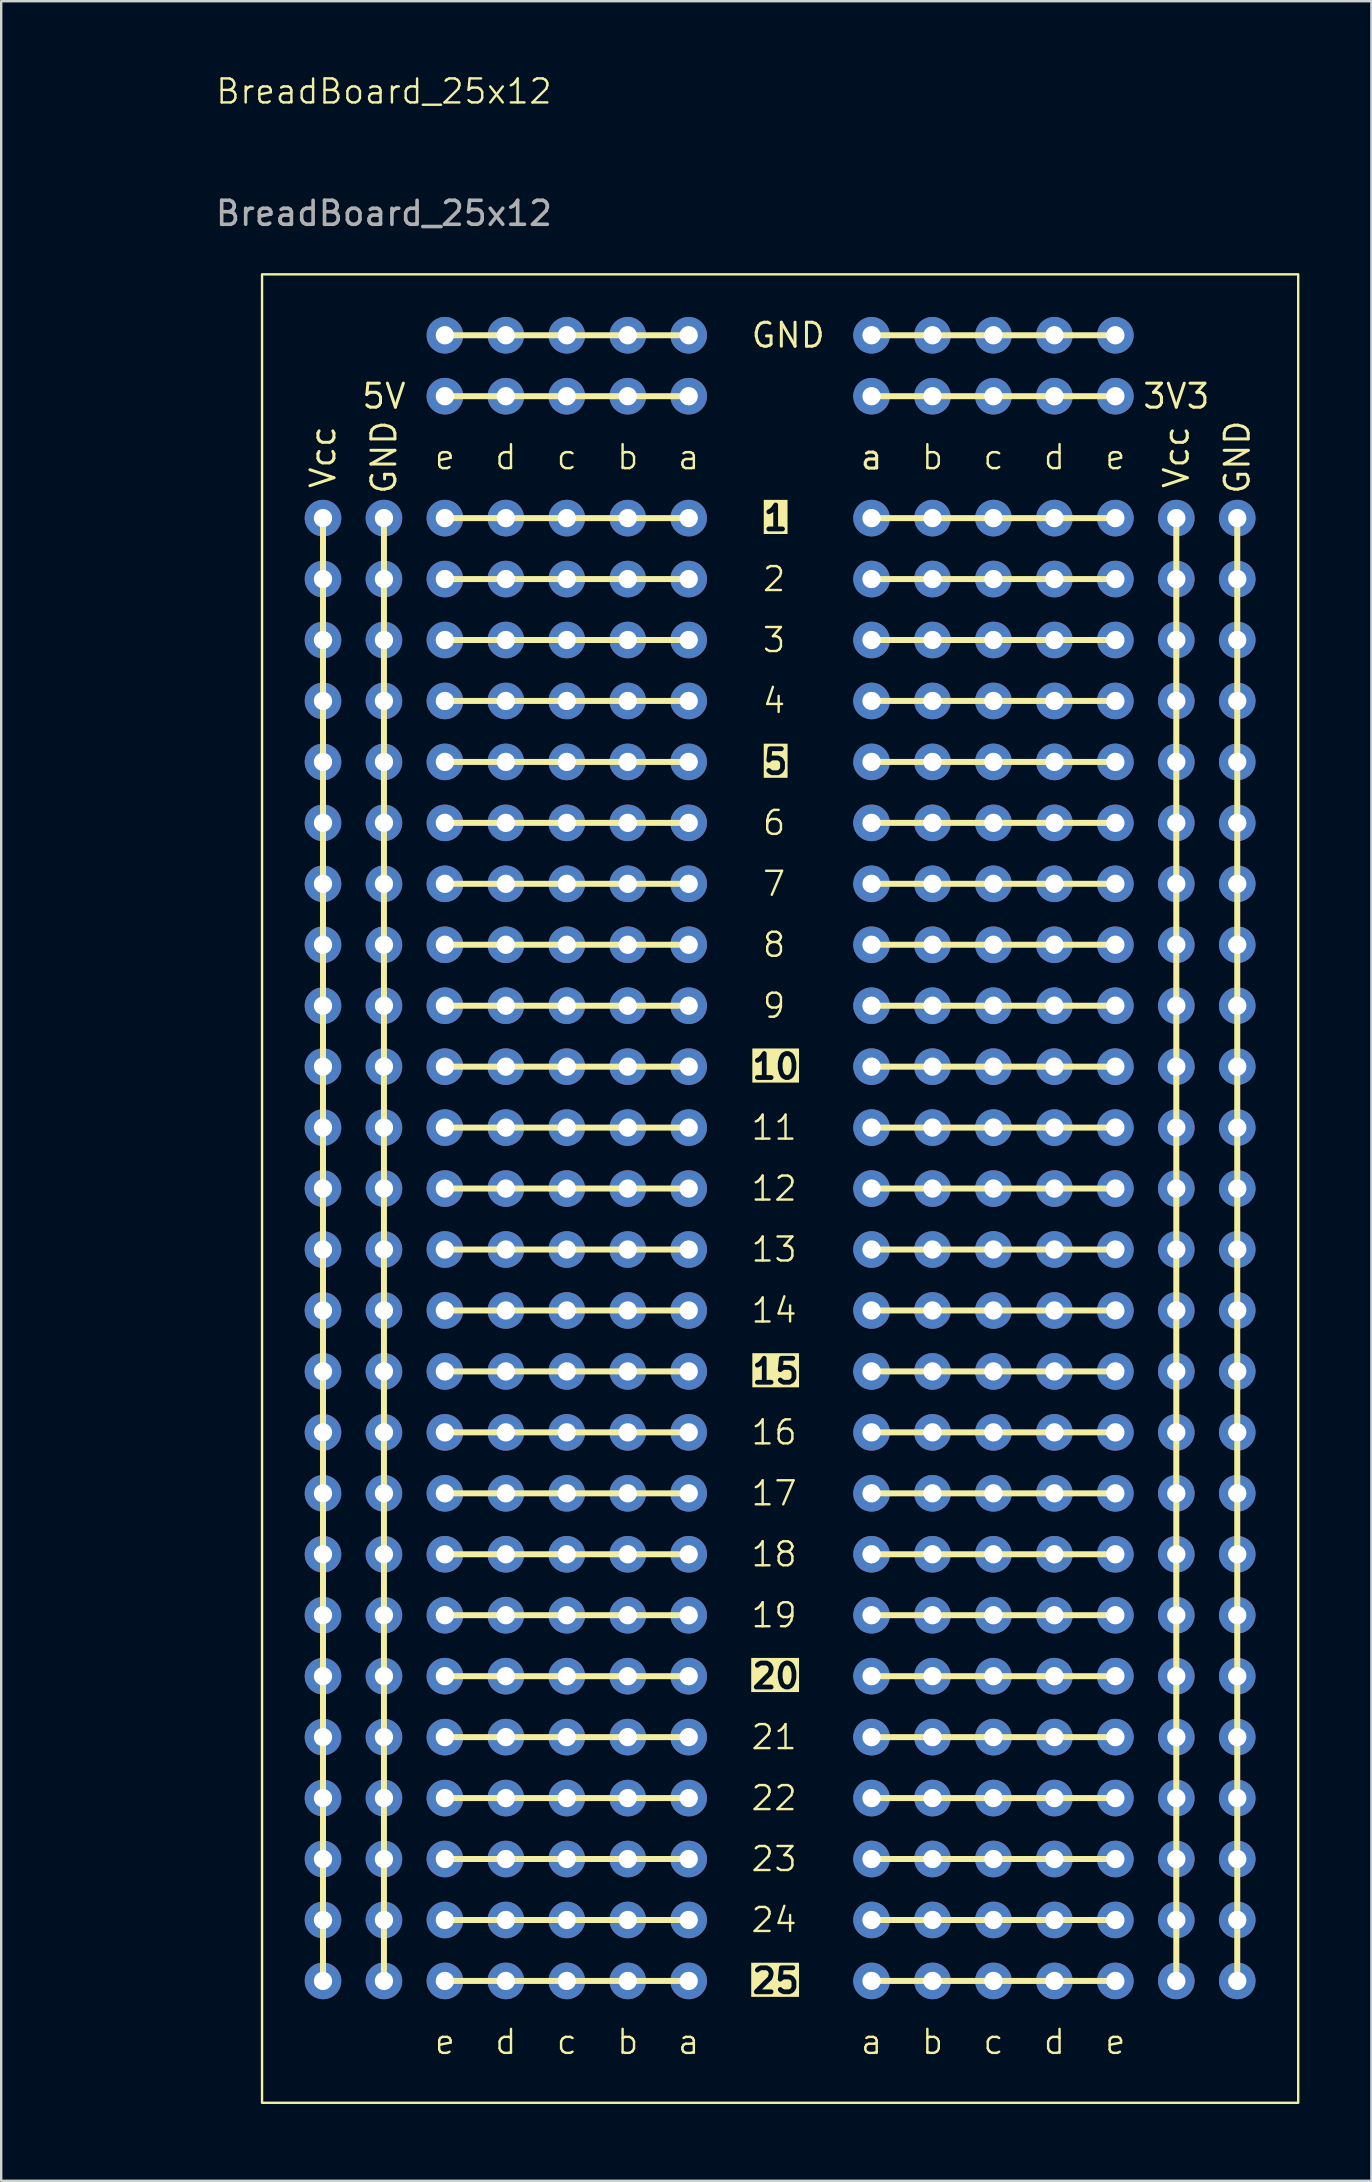
<source format=kicad_pcb>
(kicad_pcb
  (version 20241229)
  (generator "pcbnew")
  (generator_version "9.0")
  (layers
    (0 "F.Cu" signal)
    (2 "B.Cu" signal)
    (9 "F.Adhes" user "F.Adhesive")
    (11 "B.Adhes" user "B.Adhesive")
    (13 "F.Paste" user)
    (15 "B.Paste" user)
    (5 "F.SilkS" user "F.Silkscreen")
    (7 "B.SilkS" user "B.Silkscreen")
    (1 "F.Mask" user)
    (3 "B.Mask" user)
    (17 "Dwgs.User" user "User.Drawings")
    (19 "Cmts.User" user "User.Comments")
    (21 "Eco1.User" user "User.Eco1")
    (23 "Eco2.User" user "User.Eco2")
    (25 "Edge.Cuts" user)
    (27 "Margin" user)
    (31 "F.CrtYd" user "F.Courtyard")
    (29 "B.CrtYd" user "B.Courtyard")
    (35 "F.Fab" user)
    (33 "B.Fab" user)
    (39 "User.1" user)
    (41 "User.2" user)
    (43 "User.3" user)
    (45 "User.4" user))
  (footprint "BreadBoard_25x12"
    (layer "F.Cu")
    (at 0.25 84.581)
    (property "Reference" "BreadBoard_25x12" (at 12.7 -83.82 0) (unlocked yes) (layer "F.SilkS") (effects (font (size 1 1) (thickness 0.1))))
    (attr through_hole)
    (fp_line (start 10.16 -66.04) (end 10.16 -5.08) (stroke (width 0.25) (type default)) (layer "F.SilkS"))
    (fp_line (start 12.7 -66.04) (end 12.7 -5.08) (stroke (width 0.25) (type default)) (layer "F.SilkS"))
    (fp_line (start 15.24 -73.66) (end 25.4 -73.66) (stroke (width 0.25) (type default)) (layer "F.SilkS"))
    (fp_line (start 15.24 -71.12) (end 25.4 -71.12) (stroke (width 0.25) (type default)) (layer "F.SilkS"))
    (fp_line (start 15.24 -66.04) (end 25.4 -66.04) (stroke (width 0.25) (type default)) (layer "F.SilkS"))
    (fp_line (start 15.24 -63.5) (end 25.4 -63.5) (stroke (width 0.25) (type default)) (layer "F.SilkS"))
    (fp_line (start 15.24 -60.96) (end 25.4 -60.96) (stroke (width 0.25) (type default)) (layer "F.SilkS"))
    (fp_line (start 15.24 -58.42) (end 25.4 -58.42) (stroke (width 0.25) (type default)) (layer "F.SilkS"))
    (fp_line (start 15.24 -55.88) (end 25.4 -55.88) (stroke (width 0.25) (type default)) (layer "F.SilkS"))
    (fp_line (start 15.24 -53.34) (end 25.4 -53.34) (stroke (width 0.25) (type default)) (layer "F.SilkS"))
    (fp_line (start 15.24 -50.8) (end 25.4 -50.8) (stroke (width 0.25) (type default)) (layer "F.SilkS"))
    (fp_line (start 15.24 -48.26) (end 25.4 -48.26) (stroke (width 0.25) (type default)) (layer "F.SilkS"))
    (fp_line (start 15.24 -45.72) (end 25.4 -45.72) (stroke (width 0.25) (type default)) (layer "F.SilkS"))
    (fp_line (start 15.24 -43.18) (end 25.4 -43.18) (stroke (width 0.25) (type default)) (layer "F.SilkS"))
    (fp_line (start 15.24 -40.64) (end 25.4 -40.64) (stroke (width 0.25) (type default)) (layer "F.SilkS"))
    (fp_line (start 15.24 -38.1) (end 25.4 -38.1) (stroke (width 0.25) (type default)) (layer "F.SilkS"))
    (fp_line (start 15.24 -35.56) (end 25.4 -35.56) (stroke (width 0.25) (type default)) (layer "F.SilkS"))
    (fp_line (start 15.24 -33.02) (end 25.4 -33.02) (stroke (width 0.25) (type default)) (layer "F.SilkS"))
    (fp_line (start 15.24 -30.48) (end 25.4 -30.48) (stroke (width 0.25) (type default)) (layer "F.SilkS"))
    (fp_line (start 15.24 -27.94) (end 25.4 -27.94) (stroke (width 0.25) (type default)) (layer "F.SilkS"))
    (fp_line (start 15.24 -25.4) (end 25.4 -25.4) (stroke (width 0.25) (type default)) (layer "F.SilkS"))
    (fp_line (start 15.24 -22.86) (end 25.4 -22.86) (stroke (width 0.25) (type default)) (layer "F.SilkS"))
    (fp_line (start 15.24 -20.32) (end 25.4 -20.32) (stroke (width 0.25) (type default)) (layer "F.SilkS"))
    (fp_line (start 15.24 -17.78) (end 25.4 -17.78) (stroke (width 0.25) (type default)) (layer "F.SilkS"))
    (fp_line (start 15.24 -15.24) (end 25.4 -15.24) (stroke (width 0.25) (type default)) (layer "F.SilkS"))
    (fp_line (start 15.24 -12.7) (end 25.4 -12.7) (stroke (width 0.25) (type default)) (layer "F.SilkS"))
    (fp_line (start 15.24 -10.16) (end 25.4 -10.16) (stroke (width 0.25) (type default)) (layer "F.SilkS"))
    (fp_line (start 15.24 -7.62) (end 25.4 -7.62) (stroke (width 0.25) (type default)) (layer "F.SilkS"))
    (fp_line (start 15.24 -5.08) (end 25.4 -5.08) (stroke (width 0.25) (type default)) (layer "F.SilkS"))
    (fp_line (start 33.02 -73.66) (end 43.18 -73.66) (stroke (width 0.25) (type default)) (layer "F.SilkS"))
    (fp_line (start 33.02 -71.12) (end 43.18 -71.12) (stroke (width 0.25) (type default)) (layer "F.SilkS"))
    (fp_line (start 33.02 -66.04) (end 43.18 -66.04) (stroke (width 0.25) (type default)) (layer "F.SilkS"))
    (fp_line (start 33.02 -63.5) (end 43.18 -63.5) (stroke (width 0.25) (type default)) (layer "F.SilkS"))
    (fp_line (start 33.02 -60.96) (end 43.18 -60.96) (stroke (width 0.25) (type default)) (layer "F.SilkS"))
    (fp_line (start 33.02 -58.42) (end 43.18 -58.42) (stroke (width 0.25) (type default)) (layer "F.SilkS"))
    (fp_line (start 33.02 -55.88) (end 43.18 -55.88) (stroke (width 0.25) (type default)) (layer "F.SilkS"))
    (fp_line (start 33.02 -53.34) (end 43.18 -53.34) (stroke (width 0.25) (type default)) (layer "F.SilkS"))
    (fp_line (start 33.02 -50.8) (end 43.18 -50.8) (stroke (width 0.25) (type default)) (layer "F.SilkS"))
    (fp_line (start 33.02 -48.26) (end 43.18 -48.26) (stroke (width 0.25) (type default)) (layer "F.SilkS"))
    (fp_line (start 33.02 -45.72) (end 43.18 -45.72) (stroke (width 0.25) (type default)) (layer "F.SilkS"))
    (fp_line (start 33.02 -43.18) (end 43.18 -43.18) (stroke (width 0.25) (type default)) (layer "F.SilkS"))
    (fp_line (start 33.02 -40.64) (end 43.18 -40.64) (stroke (width 0.25) (type default)) (layer "F.SilkS"))
    (fp_line (start 33.02 -38.1) (end 43.18 -38.1) (stroke (width 0.25) (type default)) (layer "F.SilkS"))
    (fp_line (start 33.02 -35.56) (end 43.18 -35.56) (stroke (width 0.25) (type default)) (layer "F.SilkS"))
    (fp_line (start 33.02 -33.02) (end 43.18 -33.02) (stroke (width 0.25) (type default)) (layer "F.SilkS"))
    (fp_line (start 33.02 -30.48) (end 43.18 -30.48) (stroke (width 0.25) (type default)) (layer "F.SilkS"))
    (fp_line (start 33.02 -27.94) (end 43.18 -27.94) (stroke (width 0.25) (type default)) (layer "F.SilkS"))
    (fp_line (start 33.02 -25.4) (end 43.18 -25.4) (stroke (width 0.25) (type default)) (layer "F.SilkS"))
    (fp_line (start 33.02 -22.86) (end 43.18 -22.86) (stroke (width 0.25) (type default)) (layer "F.SilkS"))
    (fp_line (start 33.02 -20.32) (end 43.18 -20.32) (stroke (width 0.25) (type default)) (layer "F.SilkS"))
    (fp_line (start 33.02 -17.78) (end 43.18 -17.78) (stroke (width 0.25) (type default)) (layer "F.SilkS"))
    (fp_line (start 33.02 -15.24) (end 43.18 -15.24) (stroke (width 0.25) (type default)) (layer "F.SilkS"))
    (fp_line (start 33.02 -12.7) (end 43.18 -12.7) (stroke (width 0.25) (type default)) (layer "F.SilkS"))
    (fp_line (start 33.02 -10.16) (end 43.18 -10.16) (stroke (width 0.25) (type default)) (layer "F.SilkS"))
    (fp_line (start 33.02 -7.62) (end 43.18 -7.62) (stroke (width 0.25) (type default)) (layer "F.SilkS"))
    (fp_line (start 33.02 -5.08) (end 43.18 -5.08) (stroke (width 0.25) (type default)) (layer "F.SilkS"))
    (fp_line (start 45.72 -66.04) (end 45.72 -5.08) (stroke (width 0.25) (type default)) (layer "F.SilkS"))
    (fp_line (start 48.26 -66.04) (end 48.26 -5.08) (stroke (width 0.25) (type default)) (layer "F.SilkS"))
    (fp_rect (start 7.62 -76.2) (end 50.8 0) (stroke (width 0.1) (type default)) (fill no) (layer "F.SilkS"))
    (fp_text user "c" (at 20.32 -2.54 0) (unlocked yes) (layer "F.SilkS") (effects (font (size 1 1) (thickness 0.1))))
    (fp_text user "Vcc" (at 45.72 -68.58 90) (unlocked yes) (layer "F.SilkS") (effects (font (size 1 1) (thickness 0.125))))
    (fp_text user "22" (at 27.94 -12.7 0) (unlocked yes) (layer "F.SilkS") (effects (font (size 1 1) (thickness 0.1)) (justify left)))
    (fp_text user "e" (at 43.18 -2.54 0) (unlocked yes) (layer "F.SilkS") (effects (font (size 1 1) (thickness 0.1))))
    (fp_text user "15" (at 27.94 -30.48 0) (unlocked yes) (layer "F.SilkS" knockout) (effects (font (size 1 1) (thickness 0.2) (bold yes)) (justify left)))
    (fp_text user "5" (at 28.416 -55.88 0) (unlocked yes) (layer "F.SilkS" knockout) (effects (font (size 1 1) (thickness 0.2) (bold yes)) (justify left)))
    (fp_text user "18" (at 27.94 -22.86 0) (unlocked yes) (layer "F.SilkS") (effects (font (size 1 1) (thickness 0.1)) (justify left)))
    (fp_text user "e" (at 15.24 -2.54 0) (unlocked yes) (layer "F.SilkS") (effects (font (size 1 1) (thickness 0.1))))
    (fp_text user "10" (at 27.94 -43.18 0) (unlocked yes) (layer "F.SilkS" knockout) (effects (font (size 1 1) (thickness 0.2) (bold yes)) (justify left)))
    (fp_text user "19" (at 27.94 -20.32 0) (unlocked yes) (layer "F.SilkS") (effects (font (size 1 1) (thickness 0.1)) (justify left)))
    (fp_text user "25" (at 27.94 -5.08 0) (unlocked yes) (layer "F.SilkS" knockout) (effects (font (size 1 1) (thickness 0.2) (bold yes)) (justify left)))
    (fp_text user "8" (at 28.416 -48.26 0) (unlocked yes) (layer "F.SilkS") (effects (font (size 1 1) (thickness 0.1)) (justify left)))
    (fp_text user "d" (at 17.78 -68.58 0) (unlocked yes) (layer "F.SilkS") (effects (font (size 1 1) (thickness 0.1))))
    (fp_text user "4" (at 28.416 -58.42 0) (unlocked yes) (layer "F.SilkS") (effects (font (size 1 1) (thickness 0.1)) (justify left)))
    (fp_text user "c" (at 38.1 -2.54 0) (unlocked yes) (layer "F.SilkS") (effects (font (size 1 1) (thickness 0.1))))
    (fp_text user "Vcc" (at 10.16 -68.58 90) (unlocked yes) (layer "F.SilkS") (effects (font (size 1 1) (thickness 0.125))))
    (fp_text user "a" (at 25.4 -2.54 0) (unlocked yes) (layer "F.SilkS") (effects (font (size 1 1) (thickness 0.1))))
    (fp_text user "GND" (at 12.7 -68.58 90) (unlocked yes) (layer "F.SilkS") (effects (font (size 1 1) (thickness 0.125))))
    (fp_text user "a" (at 33.02 -2.54 0) (unlocked yes) (layer "F.SilkS") (effects (font (size 1 1) (thickness 0.1))))
    (fp_text user "GND" (at 27.94 -73.66 0) (unlocked yes) (layer "F.SilkS") (effects (font (size 1 1) (thickness 0.125)) (justify left)))
    (fp_text user "16" (at 27.94 -27.94 0) (unlocked yes) (layer "F.SilkS") (effects (font (size 1 1) (thickness 0.1)) (justify left)))
    (fp_text user "23" (at 27.94 -10.16 0) (unlocked yes) (layer "F.SilkS") (effects (font (size 1 1) (thickness 0.1)) (justify left)))
    (fp_text user "a" (at 25.4 -68.58 0) (unlocked yes) (layer "F.SilkS") (effects (font (size 1 1) (thickness 0.1))))
    (fp_text user "17" (at 27.94 -25.4 0) (unlocked yes) (layer "F.SilkS") (effects (font (size 1 1) (thickness 0.1)) (justify left)))
    (fp_text user "2" (at 28.416 -63.5 0) (unlocked yes) (layer "F.SilkS") (effects (font (size 1 1) (thickness 0.1)) (justify left)))
    (fp_text user "GND" (at 48.26 -68.58 90) (unlocked yes) (layer "F.SilkS") (effects (font (size 1 1) (thickness 0.125))))
    (fp_text user "6" (at 28.416 -53.34 0) (unlocked yes) (layer "F.SilkS") (effects (font (size 1 1) (thickness 0.1)) (justify left)))
    (fp_text user "a" (at 33.02 -68.58 0) (unlocked yes) (layer "F.SilkS") (effects (font (size 1 1) (thickness 0.125))))
    (fp_text user "21" (at 27.94 -15.24 0) (unlocked yes) (layer "F.SilkS") (effects (font (size 1 1) (thickness 0.1)) (justify left)))
    (fp_text user "e" (at 43.18 -68.58 0) (unlocked yes) (layer "F.SilkS") (effects (font (size 1 1) (thickness 0.1))))
    (fp_text user "c" (at 38.1 -68.58 0) (unlocked yes) (layer "F.SilkS") (effects (font (size 1 1) (thickness 0.1))))
    (fp_text user "9" (at 28.416 -45.72 0) (unlocked yes) (layer "F.SilkS") (effects (font (size 1 1) (thickness 0.1)) (justify left)))
    (fp_text user "1" (at 28.416 -66.04 0) (unlocked yes) (layer "F.SilkS" knockout) (effects (font (size 1 1) (thickness 0.2) (bold yes)) (justify left)))
    (fp_text user "e" (at 15.24 -68.58 0) (unlocked yes) (layer "F.SilkS") (effects (font (size 1 1) (thickness 0.1))))
    (fp_text user "14" (at 27.94 -33.02 0) (unlocked yes) (layer "F.SilkS") (effects (font (size 1 1) (thickness 0.1)) (justify left)))
    (fp_text user "7" (at 28.416 -50.8 0) (unlocked yes) (layer "F.SilkS") (effects (font (size 1 1) (thickness 0.1)) (justify left)))
    (fp_text user "3V3" (at 45.72 -71.12 0) (unlocked yes) (layer "F.SilkS") (effects (font (size 1 1) (thickness 0.125))))
    (fp_text user "d" (at 40.64 -68.58 0) (unlocked yes) (layer "F.SilkS") (effects (font (size 1 1) (thickness 0.1))))
    (fp_text user "20" (at 27.94 -17.78 0) (unlocked yes) (layer "F.SilkS" knockout) (effects (font (size 1 1) (thickness 0.2) (bold yes)) (justify left)))
    (fp_text user "24" (at 27.94 -7.62 0) (unlocked yes) (layer "F.SilkS") (effects (font (size 1 1) (thickness 0.1)) (justify left)))
    (fp_text user "b" (at 22.86 -2.54 0) (unlocked yes) (layer "F.SilkS") (effects (font (size 1 1) (thickness 0.1))))
    (fp_text user "13" (at 27.94 -35.56 0) (unlocked yes) (layer "F.SilkS") (effects (font (size 1 1) (thickness 0.1)) (justify left)))
    (fp_text user "11" (at 27.94 -40.64 0) (unlocked yes) (layer "F.SilkS") (effects (font (size 1 1) (thickness 0.1)) (justify left)))
    (fp_text user "d" (at 17.78 -2.54 0) (unlocked yes) (layer "F.SilkS") (effects (font (size 1 1) (thickness 0.1))))
    (fp_text user "c" (at 20.32 -68.58 0) (unlocked yes) (layer "F.SilkS") (effects (font (size 1 1) (thickness 0.1))))
    (fp_text user "b" (at 35.56 -2.54 0) (unlocked yes) (layer "F.SilkS") (effects (font (size 1 1) (thickness 0.1))))
    (fp_text user "b" (at 35.56 -68.58 0) (unlocked yes) (layer "F.SilkS") (effects (font (size 1 1) (thickness 0.1))))
    (fp_text user "b" (at 22.86 -68.58 0) (unlocked yes) (layer "F.SilkS") (effects (font (size 1 1) (thickness 0.1))))
    (fp_text user "5V" (at 12.7 -71.12 0) (unlocked yes) (layer "F.SilkS") (effects (font (size 1 1) (thickness 0.125))))
    (fp_text user "12" (at 27.94 -38.1 0) (unlocked yes) (layer "F.SilkS") (effects (font (size 1 1) (thickness 0.1)) (justify left)))
    (fp_text user "d" (at 40.64 -2.54 0) (unlocked yes) (layer "F.SilkS") (effects (font (size 1 1) (thickness 0.1))))
    (fp_text user "3" (at 28.416 -60.96 0) (unlocked yes) (layer "F.SilkS") (effects (font (size 1 1) (thickness 0.1)) (justify left)))
    (fp_text user "${REFERENCE}" (at 12.7 -78.74 0) (unlocked yes) (layer "F.Fab") (effects (font (size 1 1) (thickness 0.15))))
    (pad "" thru_hole circle (at 15.24 -63.5) (size 1.524 1.524) (drill 0.762) (layers "*.Cu" "*.Mask"))
    (pad "" thru_hole circle (at 15.24 -60.96) (size 1.524 1.524) (drill 0.762) (layers "*.Cu" "*.Mask"))
    (pad "" thru_hole circle (at 15.24 -58.42) (size 1.524 1.524) (drill 0.762) (layers "*.Cu" "*.Mask"))
    (pad "" thru_hole circle (at 15.24 -53.34) (size 1.524 1.524) (drill 0.762) (layers "*.Cu" "*.Mask"))
    (pad "" thru_hole circle (at 15.24 -50.8) (size 1.524 1.524) (drill 0.762) (layers "*.Cu" "*.Mask"))
    (pad "" thru_hole circle (at 15.24 -48.26) (size 1.524 1.524) (drill 0.762) (layers "*.Cu" "*.Mask"))
    (pad "" thru_hole circle (at 15.24 -45.72) (size 1.524 1.524) (drill 0.762) (layers "*.Cu" "*.Mask"))
    (pad "" thru_hole circle (at 15.24 -40.64) (size 1.524 1.524) (drill 0.762) (layers "*.Cu" "*.Mask"))
    (pad "" thru_hole circle (at 15.24 -38.1) (size 1.524 1.524) (drill 0.762) (layers "*.Cu" "*.Mask"))
    (pad "" thru_hole circle (at 15.24 -35.56) (size 1.524 1.524) (drill 0.762) (layers "*.Cu" "*.Mask"))
    (pad "" thru_hole circle (at 15.24 -33.02) (size 1.524 1.524) (drill 0.762) (layers "*.Cu" "*.Mask"))
    (pad "" thru_hole circle (at 15.24 -27.94) (size 1.524 1.524) (drill 0.762) (layers "*.Cu" "*.Mask"))
    (pad "" thru_hole circle (at 15.24 -25.4) (size 1.524 1.524) (drill 0.762) (layers "*.Cu" "*.Mask"))
    (pad "" thru_hole circle (at 15.24 -22.86) (size 1.524 1.524) (drill 0.762) (layers "*.Cu" "*.Mask"))
    (pad "" thru_hole circle (at 15.24 -20.32) (size 1.524 1.524) (drill 0.762) (layers "*.Cu" "*.Mask"))
    (pad "" thru_hole circle (at 15.24 -15.24) (size 1.524 1.524) (drill 0.762) (layers "*.Cu" "*.Mask"))
    (pad "" thru_hole circle (at 15.24 -12.7) (size 1.524 1.524) (drill 0.762) (layers "*.Cu" "*.Mask"))
    (pad "" thru_hole circle (at 15.24 -10.16) (size 1.524 1.524) (drill 0.762) (layers "*.Cu" "*.Mask"))
    (pad "" thru_hole circle (at 15.24 -7.62) (size 1.524 1.524) (drill 0.762) (layers "*.Cu" "*.Mask"))
    (pad "" thru_hole circle (at 17.78 -63.5) (size 1.524 1.524) (drill 0.762) (layers "*.Cu" "*.Mask"))
    (pad "" thru_hole circle (at 17.78 -60.96) (size 1.524 1.524) (drill 0.762) (layers "*.Cu" "*.Mask"))
    (pad "" thru_hole circle (at 17.78 -58.42) (size 1.524 1.524) (drill 0.762) (layers "*.Cu" "*.Mask"))
    (pad "" thru_hole circle (at 17.78 -53.34) (size 1.524 1.524) (drill 0.762) (layers "*.Cu" "*.Mask"))
    (pad "" thru_hole circle (at 17.78 -50.8) (size 1.524 1.524) (drill 0.762) (layers "*.Cu" "*.Mask"))
    (pad "" thru_hole circle (at 17.78 -48.26) (size 1.524 1.524) (drill 0.762) (layers "*.Cu" "*.Mask"))
    (pad "" thru_hole circle (at 17.78 -45.72) (size 1.524 1.524) (drill 0.762) (layers "*.Cu" "*.Mask"))
    (pad "" thru_hole circle (at 17.78 -40.64) (size 1.524 1.524) (drill 0.762) (layers "*.Cu" "*.Mask"))
    (pad "" thru_hole circle (at 17.78 -38.1) (size 1.524 1.524) (drill 0.762) (layers "*.Cu" "*.Mask"))
    (pad "" thru_hole circle (at 17.78 -35.56) (size 1.524 1.524) (drill 0.762) (layers "*.Cu" "*.Mask"))
    (pad "" thru_hole circle (at 17.78 -33.02) (size 1.524 1.524) (drill 0.762) (layers "*.Cu" "*.Mask"))
    (pad "" thru_hole circle (at 17.78 -27.94) (size 1.524 1.524) (drill 0.762) (layers "*.Cu" "*.Mask"))
    (pad "" thru_hole circle (at 17.78 -25.4) (size 1.524 1.524) (drill 0.762) (layers "*.Cu" "*.Mask"))
    (pad "" thru_hole circle (at 17.78 -22.86) (size 1.524 1.524) (drill 0.762) (layers "*.Cu" "*.Mask"))
    (pad "" thru_hole circle (at 17.78 -20.32) (size 1.524 1.524) (drill 0.762) (layers "*.Cu" "*.Mask"))
    (pad "" thru_hole circle (at 17.78 -15.24) (size 1.524 1.524) (drill 0.762) (layers "*.Cu" "*.Mask"))
    (pad "" thru_hole circle (at 17.78 -12.7) (size 1.524 1.524) (drill 0.762) (layers "*.Cu" "*.Mask"))
    (pad "" thru_hole circle (at 17.78 -10.16) (size 1.524 1.524) (drill 0.762) (layers "*.Cu" "*.Mask"))
    (pad "" thru_hole circle (at 17.78 -7.62) (size 1.524 1.524) (drill 0.762) (layers "*.Cu" "*.Mask"))
    (pad "" thru_hole circle (at 20.32 -63.5) (size 1.524 1.524) (drill 0.762) (layers "*.Cu" "*.Mask"))
    (pad "" thru_hole circle (at 20.32 -60.96) (size 1.524 1.524) (drill 0.762) (layers "*.Cu" "*.Mask"))
    (pad "" thru_hole circle (at 20.32 -58.42) (size 1.524 1.524) (drill 0.762) (layers "*.Cu" "*.Mask"))
    (pad "" thru_hole circle (at 20.32 -53.34) (size 1.524 1.524) (drill 0.762) (layers "*.Cu" "*.Mask"))
    (pad "" thru_hole circle (at 20.32 -50.8) (size 1.524 1.524) (drill 0.762) (layers "*.Cu" "*.Mask"))
    (pad "" thru_hole circle (at 20.32 -48.26) (size 1.524 1.524) (drill 0.762) (layers "*.Cu" "*.Mask"))
    (pad "" thru_hole circle (at 20.32 -45.72) (size 1.524 1.524) (drill 0.762) (layers "*.Cu" "*.Mask"))
    (pad "" thru_hole circle (at 20.32 -40.64) (size 1.524 1.524) (drill 0.762) (layers "*.Cu" "*.Mask"))
    (pad "" thru_hole circle (at 20.32 -38.1) (size 1.524 1.524) (drill 0.762) (layers "*.Cu" "*.Mask"))
    (pad "" thru_hole circle (at 20.32 -35.56) (size 1.524 1.524) (drill 0.762) (layers "*.Cu" "*.Mask"))
    (pad "" thru_hole circle (at 20.32 -33.02) (size 1.524 1.524) (drill 0.762) (layers "*.Cu" "*.Mask"))
    (pad "" thru_hole circle (at 20.32 -27.94) (size 1.524 1.524) (drill 0.762) (layers "*.Cu" "*.Mask"))
    (pad "" thru_hole circle (at 20.32 -25.4) (size 1.524 1.524) (drill 0.762) (layers "*.Cu" "*.Mask"))
    (pad "" thru_hole circle (at 20.32 -22.86) (size 1.524 1.524) (drill 0.762) (layers "*.Cu" "*.Mask"))
    (pad "" thru_hole circle (at 20.32 -20.32) (size 1.524 1.524) (drill 0.762) (layers "*.Cu" "*.Mask"))
    (pad "" thru_hole circle (at 20.32 -15.24) (size 1.524 1.524) (drill 0.762) (layers "*.Cu" "*.Mask"))
    (pad "" thru_hole circle (at 20.32 -12.7) (size 1.524 1.524) (drill 0.762) (layers "*.Cu" "*.Mask"))
    (pad "" thru_hole circle (at 20.32 -10.16) (size 1.524 1.524) (drill 0.762) (layers "*.Cu" "*.Mask"))
    (pad "" thru_hole circle (at 20.32 -7.62) (size 1.524 1.524) (drill 0.762) (layers "*.Cu" "*.Mask"))
    (pad "" thru_hole circle (at 22.86 -63.5) (size 1.524 1.524) (drill 0.762) (layers "*.Cu" "*.Mask"))
    (pad "" thru_hole circle (at 22.86 -60.96) (size 1.524 1.524) (drill 0.762) (layers "*.Cu" "*.Mask"))
    (pad "" thru_hole circle (at 22.86 -58.42) (size 1.524 1.524) (drill 0.762) (layers "*.Cu" "*.Mask"))
    (pad "" thru_hole circle (at 22.86 -53.34) (size 1.524 1.524) (drill 0.762) (layers "*.Cu" "*.Mask"))
    (pad "" thru_hole circle (at 22.86 -50.8) (size 1.524 1.524) (drill 0.762) (layers "*.Cu" "*.Mask"))
    (pad "" thru_hole circle (at 22.86 -48.26) (size 1.524 1.524) (drill 0.762) (layers "*.Cu" "*.Mask"))
    (pad "" thru_hole circle (at 22.86 -45.72) (size 1.524 1.524) (drill 0.762) (layers "*.Cu" "*.Mask"))
    (pad "" thru_hole circle (at 22.86 -40.64) (size 1.524 1.524) (drill 0.762) (layers "*.Cu" "*.Mask"))
    (pad "" thru_hole circle (at 22.86 -38.1) (size 1.524 1.524) (drill 0.762) (layers "*.Cu" "*.Mask"))
    (pad "" thru_hole circle (at 22.86 -35.56) (size 1.524 1.524) (drill 0.762) (layers "*.Cu" "*.Mask"))
    (pad "" thru_hole circle (at 22.86 -33.02) (size 1.524 1.524) (drill 0.762) (layers "*.Cu" "*.Mask"))
    (pad "" thru_hole circle (at 22.86 -27.94) (size 1.524 1.524) (drill 0.762) (layers "*.Cu" "*.Mask"))
    (pad "" thru_hole circle (at 22.86 -25.4) (size 1.524 1.524) (drill 0.762) (layers "*.Cu" "*.Mask"))
    (pad "" thru_hole circle (at 22.86 -22.86) (size 1.524 1.524) (drill 0.762) (layers "*.Cu" "*.Mask"))
    (pad "" thru_hole circle (at 22.86 -20.32) (size 1.524 1.524) (drill 0.762) (layers "*.Cu" "*.Mask"))
    (pad "" thru_hole circle (at 22.86 -15.24) (size 1.524 1.524) (drill 0.762) (layers "*.Cu" "*.Mask"))
    (pad "" thru_hole circle (at 22.86 -12.7) (size 1.524 1.524) (drill 0.762) (layers "*.Cu" "*.Mask"))
    (pad "" thru_hole circle (at 22.86 -10.16) (size 1.524 1.524) (drill 0.762) (layers "*.Cu" "*.Mask"))
    (pad "" thru_hole circle (at 22.86 -7.62) (size 1.524 1.524) (drill 0.762) (layers "*.Cu" "*.Mask"))
    (pad "" thru_hole circle (at 25.4 -63.5) (size 1.524 1.524) (drill 0.762) (layers "*.Cu" "*.Mask"))
    (pad "" thru_hole circle (at 25.4 -60.96) (size 1.524 1.524) (drill 0.762) (layers "*.Cu" "*.Mask"))
    (pad "" thru_hole circle (at 25.4 -58.42) (size 1.524 1.524) (drill 0.762) (layers "*.Cu" "*.Mask"))
    (pad "" thru_hole circle (at 25.4 -53.34) (size 1.524 1.524) (drill 0.762) (layers "*.Cu" "*.Mask"))
    (pad "" thru_hole circle (at 25.4 -50.8) (size 1.524 1.524) (drill 0.762) (layers "*.Cu" "*.Mask"))
    (pad "" thru_hole circle (at 25.4 -48.26) (size 1.524 1.524) (drill 0.762) (layers "*.Cu" "*.Mask"))
    (pad "" thru_hole circle (at 25.4 -45.72) (size 1.524 1.524) (drill 0.762) (layers "*.Cu" "*.Mask"))
    (pad "" thru_hole circle (at 25.4 -40.64) (size 1.524 1.524) (drill 0.762) (layers "*.Cu" "*.Mask"))
    (pad "" thru_hole circle (at 25.4 -38.1) (size 1.524 1.524) (drill 0.762) (layers "*.Cu" "*.Mask"))
    (pad "" thru_hole circle (at 25.4 -35.56) (size 1.524 1.524) (drill 0.762) (layers "*.Cu" "*.Mask"))
    (pad "" thru_hole circle (at 25.4 -33.02) (size 1.524 1.524) (drill 0.762) (layers "*.Cu" "*.Mask"))
    (pad "" thru_hole circle (at 25.4 -27.94) (size 1.524 1.524) (drill 0.762) (layers "*.Cu" "*.Mask"))
    (pad "" thru_hole circle (at 25.4 -25.4) (size 1.524 1.524) (drill 0.762) (layers "*.Cu" "*.Mask"))
    (pad "" thru_hole circle (at 25.4 -22.86) (size 1.524 1.524) (drill 0.762) (layers "*.Cu" "*.Mask"))
    (pad "" thru_hole circle (at 25.4 -20.32) (size 1.524 1.524) (drill 0.762) (layers "*.Cu" "*.Mask"))
    (pad "" thru_hole circle (at 25.4 -15.24) (size 1.524 1.524) (drill 0.762) (layers "*.Cu" "*.Mask"))
    (pad "" thru_hole circle (at 25.4 -12.7) (size 1.524 1.524) (drill 0.762) (layers "*.Cu" "*.Mask"))
    (pad "" thru_hole circle (at 25.4 -10.16) (size 1.524 1.524) (drill 0.762) (layers "*.Cu" "*.Mask"))
    (pad "" thru_hole circle (at 25.4 -7.62) (size 1.524 1.524) (drill 0.762) (layers "*.Cu" "*.Mask"))
    (pad "" thru_hole circle (at 33.02 -40.64) (size 1.524 1.524) (drill 0.762) (layers "*.Cu" "*.Mask"))
    (pad "" thru_hole circle (at 33.02 -38.1) (size 1.524 1.524) (drill 0.762) (layers "*.Cu" "*.Mask"))
    (pad "" thru_hole circle (at 33.02 -35.56) (size 1.524 1.524) (drill 0.762) (layers "*.Cu" "*.Mask"))
    (pad "" thru_hole circle (at 33.02 -33.02) (size 1.524 1.524) (drill 0.762) (layers "*.Cu" "*.Mask"))
    (pad "" thru_hole circle (at 33.02 -27.94) (size 1.524 1.524) (drill 0.762) (layers "*.Cu" "*.Mask"))
    (pad "" thru_hole circle (at 33.02 -25.4) (size 1.524 1.524) (drill 0.762) (layers "*.Cu" "*.Mask"))
    (pad "" thru_hole circle (at 33.02 -22.86) (size 1.524 1.524) (drill 0.762) (layers "*.Cu" "*.Mask"))
    (pad "" thru_hole circle (at 33.02 -20.32) (size 1.524 1.524) (drill 0.762) (layers "*.Cu" "*.Mask"))
    (pad "" thru_hole circle (at 33.02 -15.24) (size 1.524 1.524) (drill 0.762) (layers "*.Cu" "*.Mask"))
    (pad "" thru_hole circle (at 33.02 -12.7) (size 1.524 1.524) (drill 0.762) (layers "*.Cu" "*.Mask"))
    (pad "" thru_hole circle (at 33.02 -10.16) (size 1.524 1.524) (drill 0.762) (layers "*.Cu" "*.Mask"))
    (pad "" thru_hole circle (at 33.02 -7.62) (size 1.524 1.524) (drill 0.762) (layers "*.Cu" "*.Mask"))
    (pad "" thru_hole circle (at 35.56 -40.64) (size 1.524 1.524) (drill 0.762) (layers "*.Cu" "*.Mask"))
    (pad "" thru_hole circle (at 35.56 -38.1) (size 1.524 1.524) (drill 0.762) (layers "*.Cu" "*.Mask"))
    (pad "" thru_hole circle (at 35.56 -35.56) (size 1.524 1.524) (drill 0.762) (layers "*.Cu" "*.Mask"))
    (pad "" thru_hole circle (at 35.56 -33.02) (size 1.524 1.524) (drill 0.762) (layers "*.Cu" "*.Mask"))
    (pad "" thru_hole circle (at 35.56 -27.94) (size 1.524 1.524) (drill 0.762) (layers "*.Cu" "*.Mask"))
    (pad "" thru_hole circle (at 35.56 -25.4) (size 1.524 1.524) (drill 0.762) (layers "*.Cu" "*.Mask"))
    (pad "" thru_hole circle (at 35.56 -22.86) (size 1.524 1.524) (drill 0.762) (layers "*.Cu" "*.Mask"))
    (pad "" thru_hole circle (at 35.56 -20.32) (size 1.524 1.524) (drill 0.762) (layers "*.Cu" "*.Mask"))
    (pad "" thru_hole circle (at 35.56 -15.24) (size 1.524 1.524) (drill 0.762) (layers "*.Cu" "*.Mask"))
    (pad "" thru_hole circle (at 35.56 -12.7) (size 1.524 1.524) (drill 0.762) (layers "*.Cu" "*.Mask"))
    (pad "" thru_hole circle (at 35.56 -10.16) (size 1.524 1.524) (drill 0.762) (layers "*.Cu" "*.Mask"))
    (pad "" thru_hole circle (at 35.56 -7.62) (size 1.524 1.524) (drill 0.762) (layers "*.Cu" "*.Mask"))
    (pad "" thru_hole circle (at 38.1 -40.64) (size 1.524 1.524) (drill 0.762) (layers "*.Cu" "*.Mask"))
    (pad "" thru_hole circle (at 38.1 -38.1) (size 1.524 1.524) (drill 0.762) (layers "*.Cu" "*.Mask"))
    (pad "" thru_hole circle (at 38.1 -35.56) (size 1.524 1.524) (drill 0.762) (layers "*.Cu" "*.Mask"))
    (pad "" thru_hole circle (at 38.1 -33.02) (size 1.524 1.524) (drill 0.762) (layers "*.Cu" "*.Mask"))
    (pad "" thru_hole circle (at 38.1 -27.94) (size 1.524 1.524) (drill 0.762) (layers "*.Cu" "*.Mask"))
    (pad "" thru_hole circle (at 38.1 -25.4) (size 1.524 1.524) (drill 0.762) (layers "*.Cu" "*.Mask"))
    (pad "" thru_hole circle (at 38.1 -22.86) (size 1.524 1.524) (drill 0.762) (layers "*.Cu" "*.Mask"))
    (pad "" thru_hole circle (at 38.1 -20.32) (size 1.524 1.524) (drill 0.762) (layers "*.Cu" "*.Mask"))
    (pad "" thru_hole circle (at 38.1 -15.24) (size 1.524 1.524) (drill 0.762) (layers "*.Cu" "*.Mask"))
    (pad "" thru_hole circle (at 38.1 -12.7) (size 1.524 1.524) (drill 0.762) (layers "*.Cu" "*.Mask"))
    (pad "" thru_hole circle (at 38.1 -10.16) (size 1.524 1.524) (drill 0.762) (layers "*.Cu" "*.Mask"))
    (pad "" thru_hole circle (at 38.1 -7.62) (size 1.524 1.524) (drill 0.762) (layers "*.Cu" "*.Mask"))
    (pad "" thru_hole circle (at 40.64 -40.64) (size 1.524 1.524) (drill 0.762) (layers "*.Cu" "*.Mask"))
    (pad "" thru_hole circle (at 40.64 -38.1) (size 1.524 1.524) (drill 0.762) (layers "*.Cu" "*.Mask"))
    (pad "" thru_hole circle (at 40.64 -35.56) (size 1.524 1.524) (drill 0.762) (layers "*.Cu" "*.Mask"))
    (pad "" thru_hole circle (at 40.64 -33.02) (size 1.524 1.524) (drill 0.762) (layers "*.Cu" "*.Mask"))
    (pad "" thru_hole circle (at 40.64 -27.94) (size 1.524 1.524) (drill 0.762) (layers "*.Cu" "*.Mask"))
    (pad "" thru_hole circle (at 40.64 -25.4) (size 1.524 1.524) (drill 0.762) (layers "*.Cu" "*.Mask"))
    (pad "" thru_hole circle (at 40.64 -22.86) (size 1.524 1.524) (drill 0.762) (layers "*.Cu" "*.Mask"))
    (pad "" thru_hole circle (at 40.64 -20.32) (size 1.524 1.524) (drill 0.762) (layers "*.Cu" "*.Mask"))
    (pad "" thru_hole circle (at 40.64 -15.24) (size 1.524 1.524) (drill 0.762) (layers "*.Cu" "*.Mask"))
    (pad "" thru_hole circle (at 40.64 -12.7) (size 1.524 1.524) (drill 0.762) (layers "*.Cu" "*.Mask"))
    (pad "" thru_hole circle (at 40.64 -10.16) (size 1.524 1.524) (drill 0.762) (layers "*.Cu" "*.Mask"))
    (pad "" thru_hole circle (at 40.64 -7.62) (size 1.524 1.524) (drill 0.762) (layers "*.Cu" "*.Mask"))
    (pad "" thru_hole circle (at 43.18 -40.64) (size 1.524 1.524) (drill 0.762) (layers "*.Cu" "*.Mask"))
    (pad "" thru_hole circle (at 43.18 -38.1) (size 1.524 1.524) (drill 0.762) (layers "*.Cu" "*.Mask"))
    (pad "" thru_hole circle (at 43.18 -35.56) (size 1.524 1.524) (drill 0.762) (layers "*.Cu" "*.Mask"))
    (pad "" thru_hole circle (at 43.18 -33.02) (size 1.524 1.524) (drill 0.762) (layers "*.Cu" "*.Mask"))
    (pad "" thru_hole circle (at 43.18 -27.94) (size 1.524 1.524) (drill 0.762) (layers "*.Cu" "*.Mask"))
    (pad "" thru_hole circle (at 43.18 -25.4) (size 1.524 1.524) (drill 0.762) (layers "*.Cu" "*.Mask"))
    (pad "" thru_hole circle (at 43.18 -22.86) (size 1.524 1.524) (drill 0.762) (layers "*.Cu" "*.Mask"))
    (pad "" thru_hole circle (at 43.18 -20.32) (size 1.524 1.524) (drill 0.762) (layers "*.Cu" "*.Mask"))
    (pad "" thru_hole circle (at 43.18 -15.24) (size 1.524 1.524) (drill 0.762) (layers "*.Cu" "*.Mask"))
    (pad "" thru_hole circle (at 43.18 -12.7) (size 1.524 1.524) (drill 0.762) (layers "*.Cu" "*.Mask"))
    (pad "" thru_hole circle (at 43.18 -10.16) (size 1.524 1.524) (drill 0.762) (layers "*.Cu" "*.Mask"))
    (pad "" thru_hole circle (at 43.18 -7.62) (size 1.524 1.524) (drill 0.762) (layers "*.Cu" "*.Mask"))
    (pad "1" thru_hole circle (at 33.02 -66.04) (size 1.524 1.524) (drill 0.762) (layers "*.Cu" "*.Mask"))
    (pad "1" thru_hole circle (at 35.56 -66.04) (size 1.524 1.524) (drill 0.762) (layers "*.Cu" "*.Mask"))
    (pad "1" thru_hole circle (at 38.1 -66.04) (size 1.524 1.524) (drill 0.762) (layers "*.Cu" "*.Mask"))
    (pad "1" thru_hole circle (at 40.64 -66.04) (size 1.524 1.524) (drill 0.762) (layers "*.Cu" "*.Mask"))
    (pad "1" thru_hole circle (at 43.18 -66.04) (size 1.524 1.524) (drill 0.762) (layers "*.Cu" "*.Mask"))
    (pad "2" thru_hole circle (at 33.02 -63.5) (size 1.524 1.524) (drill 0.762) (layers "*.Cu" "*.Mask"))
    (pad "2" thru_hole circle (at 35.56 -63.5) (size 1.524 1.524) (drill 0.762) (layers "*.Cu" "*.Mask"))
    (pad "2" thru_hole circle (at 38.1 -63.5) (size 1.524 1.524) (drill 0.762) (layers "*.Cu" "*.Mask"))
    (pad "2" thru_hole circle (at 40.64 -63.5) (size 1.524 1.524) (drill 0.762) (layers "*.Cu" "*.Mask"))
    (pad "2" thru_hole circle (at 43.18 -63.5) (size 1.524 1.524) (drill 0.762) (layers "*.Cu" "*.Mask"))
    (pad "3" thru_hole circle (at 33.02 -60.96) (size 1.524 1.524) (drill 0.762) (layers "*.Cu" "*.Mask"))
    (pad "3" thru_hole circle (at 35.56 -60.96) (size 1.524 1.524) (drill 0.762) (layers "*.Cu" "*.Mask"))
    (pad "3" thru_hole circle (at 38.1 -60.96) (size 1.524 1.524) (drill 0.762) (layers "*.Cu" "*.Mask"))
    (pad "3" thru_hole circle (at 40.64 -60.96) (size 1.524 1.524) (drill 0.762) (layers "*.Cu" "*.Mask"))
    (pad "3" thru_hole circle (at 43.18 -60.96) (size 1.524 1.524) (drill 0.762) (layers "*.Cu" "*.Mask"))
    (pad "3V3" thru_hole circle (at 33.02 -71.12 270) (size 1.524 1.524) (drill 0.762) (layers "*.Cu" "*.Mask"))
    (pad "3V3" thru_hole circle (at 35.56 -71.12 270) (size 1.524 1.524) (drill 0.762) (layers "*.Cu" "*.Mask"))
    (pad "3V3" thru_hole circle (at 38.1 -71.12 270) (size 1.524 1.524) (drill 0.762) (layers "*.Cu" "*.Mask"))
    (pad "3V3" thru_hole circle (at 40.64 -71.12 270) (size 1.524 1.524) (drill 0.762) (layers "*.Cu" "*.Mask"))
    (pad "3V3" thru_hole circle (at 43.18 -71.12 270) (size 1.524 1.524) (drill 0.762) (layers "*.Cu" "*.Mask"))
    (pad "4" thru_hole circle (at 33.02 -58.42) (size 1.524 1.524) (drill 0.762) (layers "*.Cu" "*.Mask"))
    (pad "4" thru_hole circle (at 35.56 -58.42) (size 1.524 1.524) (drill 0.762) (layers "*.Cu" "*.Mask"))
    (pad "4" thru_hole circle (at 38.1 -58.42) (size 1.524 1.524) (drill 0.762) (layers "*.Cu" "*.Mask"))
    (pad "4" thru_hole circle (at 40.64 -58.42) (size 1.524 1.524) (drill 0.762) (layers "*.Cu" "*.Mask"))
    (pad "4" thru_hole circle (at 43.18 -58.42) (size 1.524 1.524) (drill 0.762) (layers "*.Cu" "*.Mask"))
    (pad "5" thru_hole circle (at 33.02 -55.88) (size 1.524 1.524) (drill 0.762) (layers "*.Cu" "*.Mask"))
    (pad "5" thru_hole circle (at 35.56 -55.88) (size 1.524 1.524) (drill 0.762) (layers "*.Cu" "*.Mask"))
    (pad "5" thru_hole circle (at 38.1 -55.88) (size 1.524 1.524) (drill 0.762) (layers "*.Cu" "*.Mask"))
    (pad "5" thru_hole circle (at 40.64 -55.88) (size 1.524 1.524) (drill 0.762) (layers "*.Cu" "*.Mask"))
    (pad "5" thru_hole circle (at 43.18 -55.88) (size 1.524 1.524) (drill 0.762) (layers "*.Cu" "*.Mask"))
    (pad "5V" thru_hole circle (at 15.24 -71.12 270) (size 1.524 1.524) (drill 0.762) (layers "*.Cu" "*.Mask"))
    (pad "5V" thru_hole circle (at 17.78 -71.12 270) (size 1.524 1.524) (drill 0.762) (layers "*.Cu" "*.Mask"))
    (pad "5V" thru_hole circle (at 20.32 -71.12 270) (size 1.524 1.524) (drill 0.762) (layers "*.Cu" "*.Mask"))
    (pad "5V" thru_hole circle (at 22.86 -71.12 270) (size 1.524 1.524) (drill 0.762) (layers "*.Cu" "*.Mask"))
    (pad "5V" thru_hole circle (at 25.4 -71.12 270) (size 1.524 1.524) (drill 0.762) (layers "*.Cu" "*.Mask"))
    (pad "6" thru_hole circle (at 33.02 -53.34) (size 1.524 1.524) (drill 0.762) (layers "*.Cu" "*.Mask"))
    (pad "6" thru_hole circle (at 35.56 -53.34) (size 1.524 1.524) (drill 0.762) (layers "*.Cu" "*.Mask"))
    (pad "6" thru_hole circle (at 38.1 -53.34) (size 1.524 1.524) (drill 0.762) (layers "*.Cu" "*.Mask"))
    (pad "6" thru_hole circle (at 40.64 -53.34) (size 1.524 1.524) (drill 0.762) (layers "*.Cu" "*.Mask"))
    (pad "6" thru_hole circle (at 43.18 -53.34) (size 1.524 1.524) (drill 0.762) (layers "*.Cu" "*.Mask"))
    (pad "7" thru_hole circle (at 33.02 -50.8) (size 1.524 1.524) (drill 0.762) (layers "*.Cu" "*.Mask"))
    (pad "7" thru_hole circle (at 35.56 -50.8) (size 1.524 1.524) (drill 0.762) (layers "*.Cu" "*.Mask"))
    (pad "7" thru_hole circle (at 38.1 -50.8) (size 1.524 1.524) (drill 0.762) (layers "*.Cu" "*.Mask"))
    (pad "7" thru_hole circle (at 40.64 -50.8) (size 1.524 1.524) (drill 0.762) (layers "*.Cu" "*.Mask"))
    (pad "7" thru_hole circle (at 43.18 -50.8) (size 1.524 1.524) (drill 0.762) (layers "*.Cu" "*.Mask"))
    (pad "8" thru_hole circle (at 33.02 -48.26) (size 1.524 1.524) (drill 0.762) (layers "*.Cu" "*.Mask"))
    (pad "8" thru_hole circle (at 35.56 -48.26) (size 1.524 1.524) (drill 0.762) (layers "*.Cu" "*.Mask"))
    (pad "8" thru_hole circle (at 38.1 -48.26) (size 1.524 1.524) (drill 0.762) (layers "*.Cu" "*.Mask"))
    (pad "8" thru_hole circle (at 40.64 -48.26) (size 1.524 1.524) (drill 0.762) (layers "*.Cu" "*.Mask"))
    (pad "8" thru_hole circle (at 43.18 -48.26) (size 1.524 1.524) (drill 0.762) (layers "*.Cu" "*.Mask"))
    (pad "9" thru_hole circle (at 33.02 -45.72) (size 1.524 1.524) (drill 0.762) (layers "*.Cu" "*.Mask"))
    (pad "9" thru_hole circle (at 35.56 -45.72) (size 1.524 1.524) (drill 0.762) (layers "*.Cu" "*.Mask"))
    (pad "9" thru_hole circle (at 38.1 -45.72) (size 1.524 1.524) (drill 0.762) (layers "*.Cu" "*.Mask"))
    (pad "9" thru_hole circle (at 40.64 -45.72) (size 1.524 1.524) (drill 0.762) (layers "*.Cu" "*.Mask"))
    (pad "9" thru_hole circle (at 43.18 -45.72) (size 1.524 1.524) (drill 0.762) (layers "*.Cu" "*.Mask"))
    (pad "10" thru_hole circle (at 33.02 -43.18) (size 1.524 1.524) (drill 0.762) (layers "*.Cu" "*.Mask"))
    (pad "10" thru_hole circle (at 35.56 -43.18) (size 1.524 1.524) (drill 0.762) (layers "*.Cu" "*.Mask"))
    (pad "10" thru_hole circle (at 38.1 -43.18) (size 1.524 1.524) (drill 0.762) (layers "*.Cu" "*.Mask"))
    (pad "10" thru_hole circle (at 40.64 -43.18) (size 1.524 1.524) (drill 0.762) (layers "*.Cu" "*.Mask"))
    (pad "10" thru_hole circle (at 43.18 -43.18) (size 1.524 1.524) (drill 0.762) (layers "*.Cu" "*.Mask"))
    (pad "15" thru_hole circle (at 33.02 -30.48) (size 1.524 1.524) (drill 0.762) (layers "*.Cu" "*.Mask"))
    (pad "15" thru_hole circle (at 35.56 -30.48) (size 1.524 1.524) (drill 0.762) (layers "*.Cu" "*.Mask"))
    (pad "15" thru_hole circle (at 38.1 -30.48) (size 1.524 1.524) (drill 0.762) (layers "*.Cu" "*.Mask"))
    (pad "15" thru_hole circle (at 40.64 -30.48) (size 1.524 1.524) (drill 0.762) (layers "*.Cu" "*.Mask"))
    (pad "15" thru_hole circle (at 43.18 -30.48) (size 1.524 1.524) (drill 0.762) (layers "*.Cu" "*.Mask"))
    (pad "20" thru_hole circle (at 33.02 -17.78) (size 1.524 1.524) (drill 0.762) (layers "*.Cu" "*.Mask"))
    (pad "20" thru_hole circle (at 35.56 -17.78) (size 1.524 1.524) (drill 0.762) (layers "*.Cu" "*.Mask"))
    (pad "20" thru_hole circle (at 38.1 -17.78) (size 1.524 1.524) (drill 0.762) (layers "*.Cu" "*.Mask"))
    (pad "20" thru_hole circle (at 40.64 -17.78) (size 1.524 1.524) (drill 0.762) (layers "*.Cu" "*.Mask"))
    (pad "20" thru_hole circle (at 43.18 -17.78) (size 1.524 1.524) (drill 0.762) (layers "*.Cu" "*.Mask"))
    (pad "25" thru_hole circle (at 33.02 -5.08) (size 1.524 1.524) (drill 0.762) (layers "*.Cu" "*.Mask"))
    (pad "25" thru_hole circle (at 35.56 -5.08) (size 1.524 1.524) (drill 0.762) (layers "*.Cu" "*.Mask"))
    (pad "25" thru_hole circle (at 38.1 -5.08) (size 1.524 1.524) (drill 0.762) (layers "*.Cu" "*.Mask"))
    (pad "25" thru_hole circle (at 40.64 -5.08) (size 1.524 1.524) (drill 0.762) (layers "*.Cu" "*.Mask"))
    (pad "25" thru_hole circle (at 43.18 -5.08) (size 1.524 1.524) (drill 0.762) (layers "*.Cu" "*.Mask"))
    (pad "26" thru_hole circle (at 15.24 -66.04) (size 1.524 1.524) (drill 0.762) (layers "*.Cu" "*.Mask"))
    (pad "26" thru_hole circle (at 17.78 -66.04) (size 1.524 1.524) (drill 0.762) (layers "*.Cu" "*.Mask"))
    (pad "26" thru_hole circle (at 20.32 -66.04) (size 1.524 1.524) (drill 0.762) (layers "*.Cu" "*.Mask"))
    (pad "26" thru_hole circle (at 22.86 -66.04) (size 1.524 1.524) (drill 0.762) (layers "*.Cu" "*.Mask"))
    (pad "26" thru_hole circle (at 25.4 -66.04) (size 1.524 1.524) (drill 0.762) (layers "*.Cu" "*.Mask"))
    (pad "30" thru_hole circle (at 15.24 -55.88) (size 1.524 1.524) (drill 0.762) (layers "*.Cu" "*.Mask"))
    (pad "30" thru_hole circle (at 17.78 -55.88) (size 1.524 1.524) (drill 0.762) (layers "*.Cu" "*.Mask"))
    (pad "30" thru_hole circle (at 20.32 -55.88) (size 1.524 1.524) (drill 0.762) (layers "*.Cu" "*.Mask"))
    (pad "30" thru_hole circle (at 22.86 -55.88) (size 1.524 1.524) (drill 0.762) (layers "*.Cu" "*.Mask"))
    (pad "30" thru_hole circle (at 25.4 -55.88) (size 1.524 1.524) (drill 0.762) (layers "*.Cu" "*.Mask"))
    (pad "35" thru_hole circle (at 15.24 -43.18) (size 1.524 1.524) (drill 0.762) (layers "*.Cu" "*.Mask"))
    (pad "35" thru_hole circle (at 17.78 -43.18) (size 1.524 1.524) (drill 0.762) (layers "*.Cu" "*.Mask"))
    (pad "35" thru_hole circle (at 20.32 -43.18) (size 1.524 1.524) (drill 0.762) (layers "*.Cu" "*.Mask"))
    (pad "35" thru_hole circle (at 22.86 -43.18) (size 1.524 1.524) (drill 0.762) (layers "*.Cu" "*.Mask"))
    (pad "35" thru_hole circle (at 25.4 -43.18) (size 1.524 1.524) (drill 0.762) (layers "*.Cu" "*.Mask"))
    (pad "40" thru_hole circle (at 15.24 -30.48) (size 1.524 1.524) (drill 0.762) (layers "*.Cu" "*.Mask"))
    (pad "40" thru_hole circle (at 17.78 -30.48) (size 1.524 1.524) (drill 0.762) (layers "*.Cu" "*.Mask"))
    (pad "40" thru_hole circle (at 20.32 -30.48) (size 1.524 1.524) (drill 0.762) (layers "*.Cu" "*.Mask"))
    (pad "40" thru_hole circle (at 22.86 -30.48) (size 1.524 1.524) (drill 0.762) (layers "*.Cu" "*.Mask"))
    (pad "40" thru_hole circle (at 25.4 -30.48) (size 1.524 1.524) (drill 0.762) (layers "*.Cu" "*.Mask"))
    (pad "45" thru_hole circle (at 15.24 -17.78) (size 1.524 1.524) (drill 0.762) (layers "*.Cu" "*.Mask"))
    (pad "45" thru_hole circle (at 17.78 -17.78) (size 1.524 1.524) (drill 0.762) (layers "*.Cu" "*.Mask"))
    (pad "45" thru_hole circle (at 20.32 -17.78) (size 1.524 1.524) (drill 0.762) (layers "*.Cu" "*.Mask"))
    (pad "45" thru_hole circle (at 22.86 -17.78) (size 1.524 1.524) (drill 0.762) (layers "*.Cu" "*.Mask"))
    (pad "45" thru_hole circle (at 25.4 -17.78) (size 1.524 1.524) (drill 0.762) (layers "*.Cu" "*.Mask"))
    (pad "50" thru_hole circle (at 15.24 -5.08) (size 1.524 1.524) (drill 0.762) (layers "*.Cu" "*.Mask"))
    (pad "50" thru_hole circle (at 17.78 -5.08) (size 1.524 1.524) (drill 0.762) (layers "*.Cu" "*.Mask"))
    (pad "50" thru_hole circle (at 20.32 -5.08) (size 1.524 1.524) (drill 0.762) (layers "*.Cu" "*.Mask"))
    (pad "50" thru_hole circle (at 22.86 -5.08) (size 1.524 1.524) (drill 0.762) (layers "*.Cu" "*.Mask"))
    (pad "50" thru_hole circle (at 25.4 -5.08) (size 1.524 1.524) (drill 0.762) (layers "*.Cu" "*.Mask"))
    (pad "GND" thru_hole circle (at 12.7 -66.04) (size 1.524 1.524) (drill 0.762) (layers "*.Cu" "*.Mask"))
    (pad "GND" thru_hole circle (at 12.7 -63.5) (size 1.524 1.524) (drill 0.762) (layers "*.Cu" "*.Mask"))
    (pad "GND" thru_hole circle (at 12.7 -60.96) (size 1.524 1.524) (drill 0.762) (layers "*.Cu" "*.Mask"))
    (pad "GND" thru_hole circle (at 12.7 -58.42) (size 1.524 1.524) (drill 0.762) (layers "*.Cu" "*.Mask"))
    (pad "GND" thru_hole circle (at 12.7 -55.88) (size 1.524 1.524) (drill 0.762) (layers "*.Cu" "*.Mask"))
    (pad "GND" thru_hole circle (at 12.7 -53.34) (size 1.524 1.524) (drill 0.762) (layers "*.Cu" "*.Mask"))
    (pad "GND" thru_hole circle (at 12.7 -50.8) (size 1.524 1.524) (drill 0.762) (layers "*.Cu" "*.Mask"))
    (pad "GND" thru_hole circle (at 12.7 -48.26) (size 1.524 1.524) (drill 0.762) (layers "*.Cu" "*.Mask"))
    (pad "GND" thru_hole circle (at 12.7 -45.72) (size 1.524 1.524) (drill 0.762) (layers "*.Cu" "*.Mask"))
    (pad "GND" thru_hole circle (at 12.7 -43.18) (size 1.524 1.524) (drill 0.762) (layers "*.Cu" "*.Mask"))
    (pad "GND" thru_hole circle (at 12.7 -40.64) (size 1.524 1.524) (drill 0.762) (layers "*.Cu" "*.Mask"))
    (pad "GND" thru_hole circle (at 12.7 -38.1) (size 1.524 1.524) (drill 0.762) (layers "*.Cu" "*.Mask"))
    (pad "GND" thru_hole circle (at 12.7 -35.56) (size 1.524 1.524) (drill 0.762) (layers "*.Cu" "*.Mask"))
    (pad "GND" thru_hole circle (at 12.7 -33.02) (size 1.524 1.524) (drill 0.762) (layers "*.Cu" "*.Mask"))
    (pad "GND" thru_hole circle (at 12.7 -30.48) (size 1.524 1.524) (drill 0.762) (layers "*.Cu" "*.Mask"))
    (pad "GND" thru_hole circle (at 12.7 -27.94) (size 1.524 1.524) (drill 0.762) (layers "*.Cu" "*.Mask"))
    (pad "GND" thru_hole circle (at 12.7 -25.4) (size 1.524 1.524) (drill 0.762) (layers "*.Cu" "*.Mask"))
    (pad "GND" thru_hole circle (at 12.7 -22.86) (size 1.524 1.524) (drill 0.762) (layers "*.Cu" "*.Mask"))
    (pad "GND" thru_hole circle (at 12.7 -20.32) (size 1.524 1.524) (drill 0.762) (layers "*.Cu" "*.Mask"))
    (pad "GND" thru_hole circle (at 12.7 -17.78) (size 1.524 1.524) (drill 0.762) (layers "*.Cu" "*.Mask"))
    (pad "GND" thru_hole circle (at 12.7 -15.24) (size 1.524 1.524) (drill 0.762) (layers "*.Cu" "*.Mask"))
    (pad "GND" thru_hole circle (at 12.7 -12.7) (size 1.524 1.524) (drill 0.762) (layers "*.Cu" "*.Mask"))
    (pad "GND" thru_hole circle (at 12.7 -10.16) (size 1.524 1.524) (drill 0.762) (layers "*.Cu" "*.Mask"))
    (pad "GND" thru_hole circle (at 12.7 -7.62) (size 1.524 1.524) (drill 0.762) (layers "*.Cu" "*.Mask"))
    (pad "GND" thru_hole circle (at 12.7 -5.08) (size 1.524 1.524) (drill 0.762) (layers "*.Cu" "*.Mask"))
    (pad "GND" thru_hole circle (at 15.24 -73.66 270) (size 1.524 1.524) (drill 0.762) (layers "*.Cu" "*.Mask"))
    (pad "GND" thru_hole circle (at 17.78 -73.66 270) (size 1.524 1.524) (drill 0.762) (layers "*.Cu" "*.Mask"))
    (pad "GND" thru_hole circle (at 20.32 -73.66 270) (size 1.524 1.524) (drill 0.762) (layers "*.Cu" "*.Mask"))
    (pad "GND" thru_hole circle (at 22.86 -73.66 270) (size 1.524 1.524) (drill 0.762) (layers "*.Cu" "*.Mask"))
    (pad "GND" thru_hole circle (at 25.4 -73.66 270) (size 1.524 1.524) (drill 0.762) (layers "*.Cu" "*.Mask"))
    (pad "GND" thru_hole circle (at 33.02 -73.66 270) (size 1.524 1.524) (drill 0.762) (layers "*.Cu" "*.Mask"))
    (pad "GND" thru_hole circle (at 35.56 -73.66 270) (size 1.524 1.524) (drill 0.762) (layers "*.Cu" "*.Mask"))
    (pad "GND" thru_hole circle (at 38.1 -73.66 270) (size 1.524 1.524) (drill 0.762) (layers "*.Cu" "*.Mask"))
    (pad "GND" thru_hole circle (at 40.64 -73.66 270) (size 1.524 1.524) (drill 0.762) (layers "*.Cu" "*.Mask"))
    (pad "GND" thru_hole circle (at 43.18 -73.66 270) (size 1.524 1.524) (drill 0.762) (layers "*.Cu" "*.Mask"))
    (pad "GND" thru_hole circle (at 48.26 -66.04) (size 1.524 1.524) (drill 0.762) (layers "*.Cu" "*.Mask"))
    (pad "GND" thru_hole circle (at 48.26 -63.5) (size 1.524 1.524) (drill 0.762) (layers "*.Cu" "*.Mask"))
    (pad "GND" thru_hole circle (at 48.26 -60.96) (size 1.524 1.524) (drill 0.762) (layers "*.Cu" "*.Mask"))
    (pad "GND" thru_hole circle (at 48.26 -58.42) (size 1.524 1.524) (drill 0.762) (layers "*.Cu" "*.Mask"))
    (pad "GND" thru_hole circle (at 48.26 -55.88) (size 1.524 1.524) (drill 0.762) (layers "*.Cu" "*.Mask"))
    (pad "GND" thru_hole circle (at 48.26 -53.34) (size 1.524 1.524) (drill 0.762) (layers "*.Cu" "*.Mask"))
    (pad "GND" thru_hole circle (at 48.26 -50.8) (size 1.524 1.524) (drill 0.762) (layers "*.Cu" "*.Mask"))
    (pad "GND" thru_hole circle (at 48.26 -48.26) (size 1.524 1.524) (drill 0.762) (layers "*.Cu" "*.Mask"))
    (pad "GND" thru_hole circle (at 48.26 -45.72) (size 1.524 1.524) (drill 0.762) (layers "*.Cu" "*.Mask"))
    (pad "GND" thru_hole circle (at 48.26 -43.18) (size 1.524 1.524) (drill 0.762) (layers "*.Cu" "*.Mask"))
    (pad "GND" thru_hole circle (at 48.26 -40.64) (size 1.524 1.524) (drill 0.762) (layers "*.Cu" "*.Mask"))
    (pad "GND" thru_hole circle (at 48.26 -38.1) (size 1.524 1.524) (drill 0.762) (layers "*.Cu" "*.Mask"))
    (pad "GND" thru_hole circle (at 48.26 -35.56) (size 1.524 1.524) (drill 0.762) (layers "*.Cu" "*.Mask"))
    (pad "GND" thru_hole circle (at 48.26 -33.02) (size 1.524 1.524) (drill 0.762) (layers "*.Cu" "*.Mask"))
    (pad "GND" thru_hole circle (at 48.26 -30.48) (size 1.524 1.524) (drill 0.762) (layers "*.Cu" "*.Mask"))
    (pad "GND" thru_hole circle (at 48.26 -27.94) (size 1.524 1.524) (drill 0.762) (layers "*.Cu" "*.Mask"))
    (pad "GND" thru_hole circle (at 48.26 -25.4) (size 1.524 1.524) (drill 0.762) (layers "*.Cu" "*.Mask"))
    (pad "GND" thru_hole circle (at 48.26 -22.86) (size 1.524 1.524) (drill 0.762) (layers "*.Cu" "*.Mask"))
    (pad "GND" thru_hole circle (at 48.26 -20.32) (size 1.524 1.524) (drill 0.762) (layers "*.Cu" "*.Mask"))
    (pad "GND" thru_hole circle (at 48.26 -17.78) (size 1.524 1.524) (drill 0.762) (layers "*.Cu" "*.Mask"))
    (pad "GND" thru_hole circle (at 48.26 -15.24) (size 1.524 1.524) (drill 0.762) (layers "*.Cu" "*.Mask"))
    (pad "GND" thru_hole circle (at 48.26 -12.7) (size 1.524 1.524) (drill 0.762) (layers "*.Cu" "*.Mask"))
    (pad "GND" thru_hole circle (at 48.26 -10.16) (size 1.524 1.524) (drill 0.762) (layers "*.Cu" "*.Mask"))
    (pad "GND" thru_hole circle (at 48.26 -7.62) (size 1.524 1.524) (drill 0.762) (layers "*.Cu" "*.Mask"))
    (pad "GND" thru_hole circle (at 48.26 -5.08) (size 1.524 1.524) (drill 0.762) (layers "*.Cu" "*.Mask"))
    (pad "VCC" thru_hole circle (at 10.16 -66.04) (size 1.524 1.524) (drill 0.762) (layers "*.Cu" "*.Mask"))
    (pad "VCC" thru_hole circle (at 10.16 -63.5) (size 1.524 1.524) (drill 0.762) (layers "*.Cu" "*.Mask"))
    (pad "VCC" thru_hole circle (at 10.16 -60.96) (size 1.524 1.524) (drill 0.762) (layers "*.Cu" "*.Mask"))
    (pad "VCC" thru_hole circle (at 10.16 -58.42) (size 1.524 1.524) (drill 0.762) (layers "*.Cu" "*.Mask"))
    (pad "VCC" thru_hole circle (at 10.16 -55.88) (size 1.524 1.524) (drill 0.762) (layers "*.Cu" "*.Mask"))
    (pad "VCC" thru_hole circle (at 10.16 -53.34) (size 1.524 1.524) (drill 0.762) (layers "*.Cu" "*.Mask"))
    (pad "VCC" thru_hole circle (at 10.16 -50.8) (size 1.524 1.524) (drill 0.762) (layers "*.Cu" "*.Mask"))
    (pad "VCC" thru_hole circle (at 10.16 -48.26) (size 1.524 1.524) (drill 0.762) (layers "*.Cu" "*.Mask"))
    (pad "VCC" thru_hole circle (at 10.16 -45.72) (size 1.524 1.524) (drill 0.762) (layers "*.Cu" "*.Mask"))
    (pad "VCC" thru_hole circle (at 10.16 -43.18) (size 1.524 1.524) (drill 0.762) (layers "*.Cu" "*.Mask"))
    (pad "VCC" thru_hole circle (at 10.16 -40.64) (size 1.524 1.524) (drill 0.762) (layers "*.Cu" "*.Mask"))
    (pad "VCC" thru_hole circle (at 10.16 -38.1) (size 1.524 1.524) (drill 0.762) (layers "*.Cu" "*.Mask"))
    (pad "VCC" thru_hole circle (at 10.16 -35.56) (size 1.524 1.524) (drill 0.762) (layers "*.Cu" "*.Mask"))
    (pad "VCC" thru_hole circle (at 10.16 -33.02) (size 1.524 1.524) (drill 0.762) (layers "*.Cu" "*.Mask"))
    (pad "VCC" thru_hole circle (at 10.16 -30.48) (size 1.524 1.524) (drill 0.762) (layers "*.Cu" "*.Mask"))
    (pad "VCC" thru_hole circle (at 10.16 -27.94) (size 1.524 1.524) (drill 0.762) (layers "*.Cu" "*.Mask"))
    (pad "VCC" thru_hole circle (at 10.16 -25.4) (size 1.524 1.524) (drill 0.762) (layers "*.Cu" "*.Mask"))
    (pad "VCC" thru_hole circle (at 10.16 -22.86) (size 1.524 1.524) (drill 0.762) (layers "*.Cu" "*.Mask"))
    (pad "VCC" thru_hole circle (at 10.16 -20.32) (size 1.524 1.524) (drill 0.762) (layers "*.Cu" "*.Mask"))
    (pad "VCC" thru_hole circle (at 10.16 -17.78) (size 1.524 1.524) (drill 0.762) (layers "*.Cu" "*.Mask"))
    (pad "VCC" thru_hole circle (at 10.16 -15.24) (size 1.524 1.524) (drill 0.762) (layers "*.Cu" "*.Mask"))
    (pad "VCC" thru_hole circle (at 10.16 -12.7) (size 1.524 1.524) (drill 0.762) (layers "*.Cu" "*.Mask"))
    (pad "VCC" thru_hole circle (at 10.16 -10.16) (size 1.524 1.524) (drill 0.762) (layers "*.Cu" "*.Mask"))
    (pad "VCC" thru_hole circle (at 10.16 -7.62) (size 1.524 1.524) (drill 0.762) (layers "*.Cu" "*.Mask"))
    (pad "VCC" thru_hole circle (at 10.16 -5.08) (size 1.524 1.524) (drill 0.762) (layers "*.Cu" "*.Mask"))
    (pad "VCC" thru_hole circle (at 45.72 -66.04) (size 1.524 1.524) (drill 0.762) (layers "*.Cu" "*.Mask"))
    (pad "VCC" thru_hole circle (at 45.72 -63.5) (size 1.524 1.524) (drill 0.762) (layers "*.Cu" "*.Mask"))
    (pad "VCC" thru_hole circle (at 45.72 -60.96) (size 1.524 1.524) (drill 0.762) (layers "*.Cu" "*.Mask"))
    (pad "VCC" thru_hole circle (at 45.72 -58.42) (size 1.524 1.524) (drill 0.762) (layers "*.Cu" "*.Mask"))
    (pad "VCC" thru_hole circle (at 45.72 -55.88) (size 1.524 1.524) (drill 0.762) (layers "*.Cu" "*.Mask"))
    (pad "VCC" thru_hole circle (at 45.72 -53.34) (size 1.524 1.524) (drill 0.762) (layers "*.Cu" "*.Mask"))
    (pad "VCC" thru_hole circle (at 45.72 -50.8) (size 1.524 1.524) (drill 0.762) (layers "*.Cu" "*.Mask"))
    (pad "VCC" thru_hole circle (at 45.72 -48.26) (size 1.524 1.524) (drill 0.762) (layers "*.Cu" "*.Mask"))
    (pad "VCC" thru_hole circle (at 45.72 -45.72) (size 1.524 1.524) (drill 0.762) (layers "*.Cu" "*.Mask"))
    (pad "VCC" thru_hole circle (at 45.72 -43.18) (size 1.524 1.524) (drill 0.762) (layers "*.Cu" "*.Mask"))
    (pad "VCC" thru_hole circle (at 45.72 -40.64) (size 1.524 1.524) (drill 0.762) (layers "*.Cu" "*.Mask"))
    (pad "VCC" thru_hole circle (at 45.72 -38.1) (size 1.524 1.524) (drill 0.762) (layers "*.Cu" "*.Mask"))
    (pad "VCC" thru_hole circle (at 45.72 -35.56) (size 1.524 1.524) (drill 0.762) (layers "*.Cu" "*.Mask"))
    (pad "VCC" thru_hole circle (at 45.72 -33.02) (size 1.524 1.524) (drill 0.762) (layers "*.Cu" "*.Mask"))
    (pad "VCC" thru_hole circle (at 45.72 -30.48) (size 1.524 1.524) (drill 0.762) (layers "*.Cu" "*.Mask"))
    (pad "VCC" thru_hole circle (at 45.72 -27.94) (size 1.524 1.524) (drill 0.762) (layers "*.Cu" "*.Mask"))
    (pad "VCC" thru_hole circle (at 45.72 -25.4) (size 1.524 1.524) (drill 0.762) (layers "*.Cu" "*.Mask"))
    (pad "VCC" thru_hole circle (at 45.72 -22.86) (size 1.524 1.524) (drill 0.762) (layers "*.Cu" "*.Mask"))
    (pad "VCC" thru_hole circle (at 45.72 -20.32) (size 1.524 1.524) (drill 0.762) (layers "*.Cu" "*.Mask"))
    (pad "VCC" thru_hole circle (at 45.72 -17.78) (size 1.524 1.524) (drill 0.762) (layers "*.Cu" "*.Mask"))
    (pad "VCC" thru_hole circle (at 45.72 -15.24) (size 1.524 1.524) (drill 0.762) (layers "*.Cu" "*.Mask"))
    (pad "VCC" thru_hole circle (at 45.72 -12.7) (size 1.524 1.524) (drill 0.762) (layers "*.Cu" "*.Mask"))
    (pad "VCC" thru_hole circle (at 45.72 -10.16) (size 1.524 1.524) (drill 0.762) (layers "*.Cu" "*.Mask"))
    (pad "VCC" thru_hole circle (at 45.72 -7.62) (size 1.524 1.524) (drill 0.762) (layers "*.Cu" "*.Mask"))
    (pad "VCC" thru_hole circle (at 45.72 -5.08) (size 1.524 1.524) (drill 0.762) (layers "*.Cu" "*.Mask")))
  (gr_rect
    (start -3 -3)
    (end 54.1 87.831)
    (stroke (width 0.1) (type default))
    (fill no)
    (layer "Edge.Cuts")))
</source>
